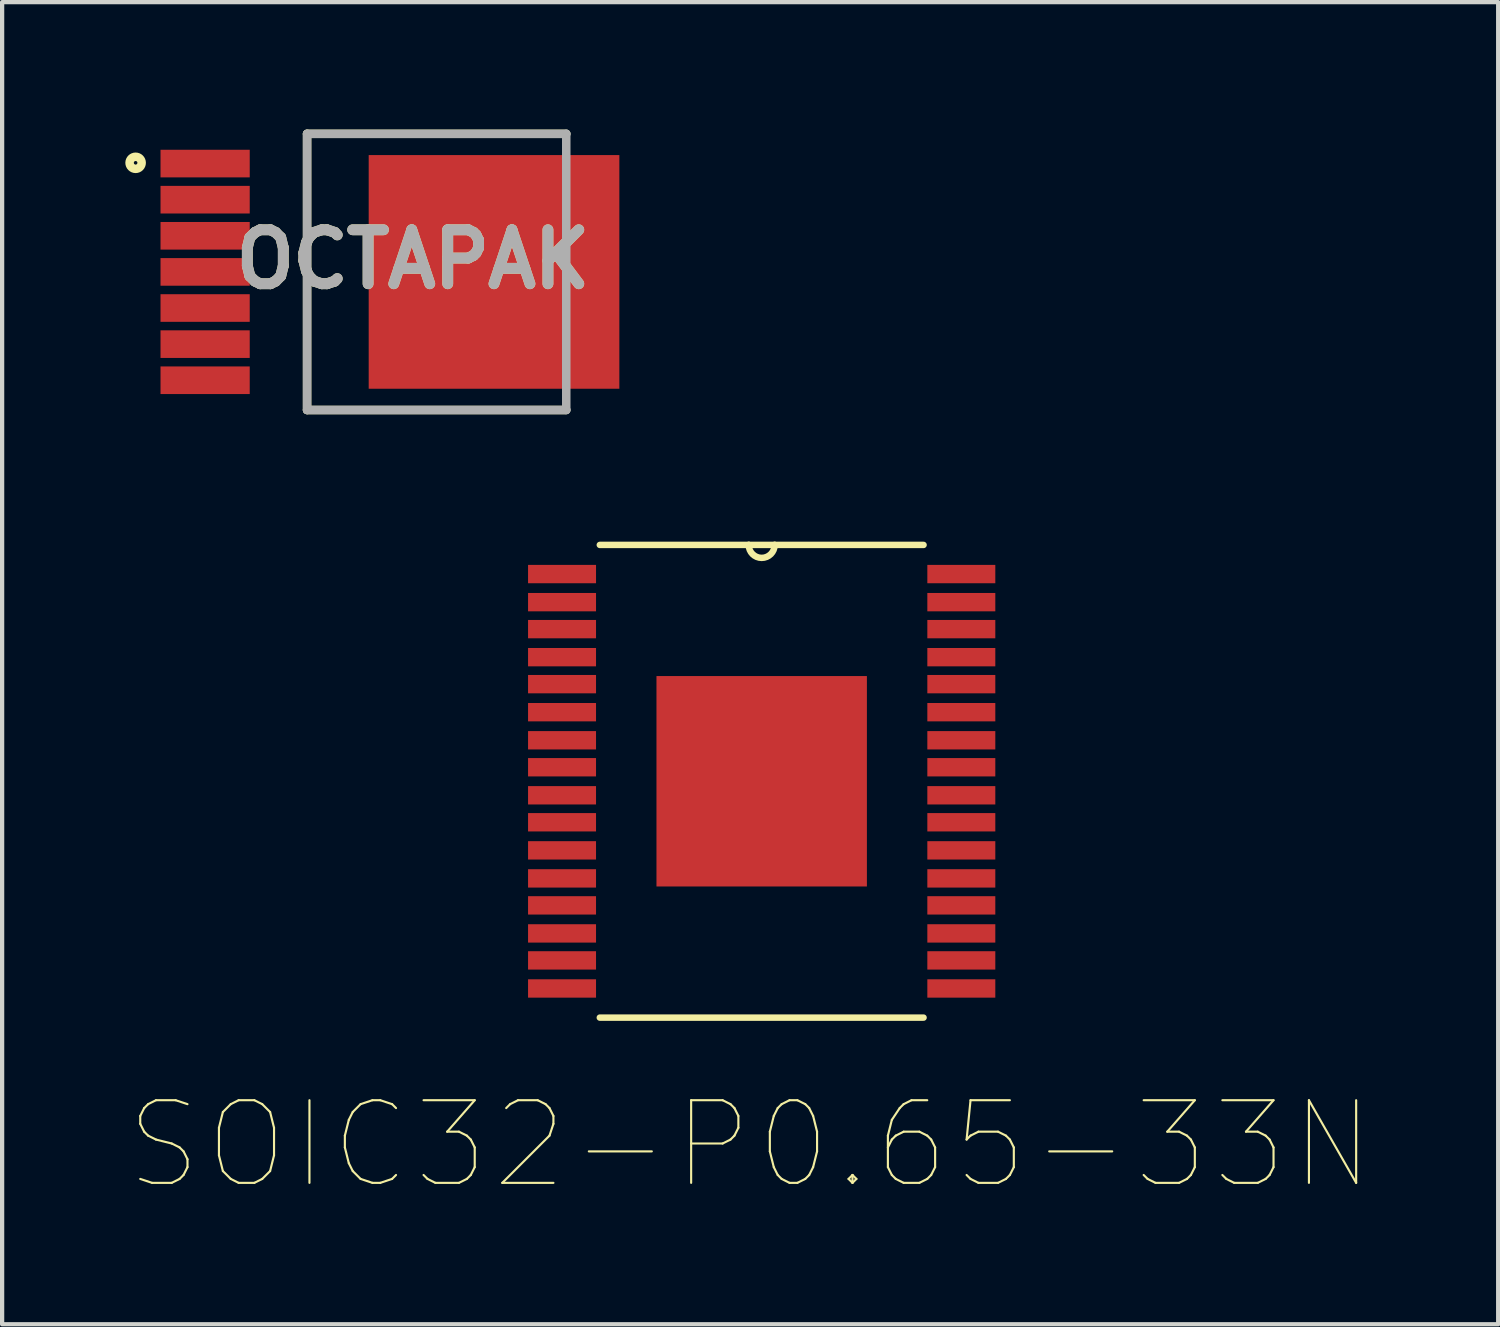
<source format=kicad_pcb>
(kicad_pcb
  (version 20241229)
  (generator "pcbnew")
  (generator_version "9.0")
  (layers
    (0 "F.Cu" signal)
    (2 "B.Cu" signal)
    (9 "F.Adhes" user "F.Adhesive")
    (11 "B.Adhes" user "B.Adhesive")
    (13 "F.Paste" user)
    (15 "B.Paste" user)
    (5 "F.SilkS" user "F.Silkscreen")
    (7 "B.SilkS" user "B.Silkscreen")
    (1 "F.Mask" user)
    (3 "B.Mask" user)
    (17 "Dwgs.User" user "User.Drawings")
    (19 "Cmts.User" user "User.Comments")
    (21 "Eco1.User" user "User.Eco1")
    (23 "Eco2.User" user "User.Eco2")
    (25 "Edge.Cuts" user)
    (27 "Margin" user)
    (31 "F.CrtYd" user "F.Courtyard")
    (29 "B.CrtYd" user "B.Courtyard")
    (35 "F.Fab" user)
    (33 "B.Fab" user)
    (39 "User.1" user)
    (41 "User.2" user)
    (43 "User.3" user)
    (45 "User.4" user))
  (footprint "SOIC32-P0.65-33N"
    (layer "F.Cu")
    (at 14.878 15.339)
    (property "Reference" "SOIC32-P0.65-33N" (at -0.271 8.555 0) (layer "F.SilkS") (effects (font (size 1.945 1.945) (thickness 0.05))))
    (attr smd)
    (fp_line (start -3.81 5.563) (end 3.81 5.563) (stroke (width 0.152) (type solid)) (layer "F.SilkS"))
    (fp_line (start -0.305 -5.563) (end -3.81 -5.563) (stroke (width 0.152) (type solid)) (layer "F.SilkS"))
    (fp_line (start 0.305 -5.563) (end -0.305 -5.563) (stroke (width 0.152) (type solid)) (layer "F.SilkS"))
    (fp_line (start 3.81 -5.563) (end 0.305 -5.563) (stroke (width 0.152) (type solid)) (layer "F.SilkS"))
    (fp_arc (start 0.3048 -5.5626) (mid 0 -5.2578) (end -0.3048 -5.5626) (stroke (width 0.1524) (type solid)) (layer "F.SilkS"))
    (fp_line (start -5.156 -5.055) (end -5.156 -4.674) (stroke (width 0.1) (type solid)) (layer "Eco2.User"))
    (fp_line (start -5.156 -4.674) (end -3.81 -4.674) (stroke (width 0.1) (type solid)) (layer "Eco2.User"))
    (fp_line (start -5.156 -4.42) (end -5.156 -4.039) (stroke (width 0.1) (type solid)) (layer "Eco2.User"))
    (fp_line (start -5.156 -4.039) (end -3.81 -4.039) (stroke (width 0.1) (type solid)) (layer "Eco2.User"))
    (fp_line (start -5.156 -3.759) (end -5.156 -3.378) (stroke (width 0.1) (type solid)) (layer "Eco2.User"))
    (fp_line (start -5.156 -3.378) (end -3.81 -3.378) (stroke (width 0.1) (type solid)) (layer "Eco2.User"))
    (fp_line (start -5.156 -3.124) (end -5.156 -2.743) (stroke (width 0.1) (type solid)) (layer "Eco2.User"))
    (fp_line (start -5.156 -2.743) (end -3.81 -2.743) (stroke (width 0.1) (type solid)) (layer "Eco2.User"))
    (fp_line (start -5.156 -2.464) (end -5.156 -2.083) (stroke (width 0.1) (type solid)) (layer "Eco2.User"))
    (fp_line (start -5.156 -2.083) (end -3.81 -2.083) (stroke (width 0.1) (type solid)) (layer "Eco2.User"))
    (fp_line (start -5.156 -1.803) (end -5.156 -1.422) (stroke (width 0.1) (type solid)) (layer "Eco2.User"))
    (fp_line (start -5.156 -1.422) (end -3.81 -1.422) (stroke (width 0.1) (type solid)) (layer "Eco2.User"))
    (fp_line (start -5.156 -1.168) (end -5.156 -0.787) (stroke (width 0.1) (type solid)) (layer "Eco2.User"))
    (fp_line (start -5.156 -0.787) (end -3.81 -0.787) (stroke (width 0.1) (type solid)) (layer "Eco2.User"))
    (fp_line (start -5.156 -0.508) (end -5.156 -0.127) (stroke (width 0.1) (type solid)) (layer "Eco2.User"))
    (fp_line (start -5.156 -0.127) (end -3.81 -0.127) (stroke (width 0.1) (type solid)) (layer "Eco2.User"))
    (fp_line (start -5.156 0.127) (end -5.156 0.508) (stroke (width 0.1) (type solid)) (layer "Eco2.User"))
    (fp_line (start -5.156 0.508) (end -3.81 0.508) (stroke (width 0.1) (type solid)) (layer "Eco2.User"))
    (fp_line (start -5.156 0.787) (end -5.156 1.168) (stroke (width 0.1) (type solid)) (layer "Eco2.User"))
    (fp_line (start -5.156 1.168) (end -3.81 1.168) (stroke (width 0.1) (type solid)) (layer "Eco2.User"))
    (fp_line (start -5.156 1.422) (end -5.156 1.803) (stroke (width 0.1) (type solid)) (layer "Eco2.User"))
    (fp_line (start -5.156 1.803) (end -3.81 1.803) (stroke (width 0.1) (type solid)) (layer "Eco2.User"))
    (fp_line (start -5.156 2.083) (end -5.156 2.464) (stroke (width 0.1) (type solid)) (layer "Eco2.User"))
    (fp_line (start -5.156 2.464) (end -3.81 2.464) (stroke (width 0.1) (type solid)) (layer "Eco2.User"))
    (fp_line (start -5.156 2.743) (end -5.156 3.124) (stroke (width 0.1) (type solid)) (layer "Eco2.User"))
    (fp_line (start -5.156 3.124) (end -3.81 3.124) (stroke (width 0.1) (type solid)) (layer "Eco2.User"))
    (fp_line (start -5.156 3.378) (end -5.156 3.759) (stroke (width 0.1) (type solid)) (layer "Eco2.User"))
    (fp_line (start -5.156 3.759) (end -3.81 3.759) (stroke (width 0.1) (type solid)) (layer "Eco2.User"))
    (fp_line (start -5.156 4.039) (end -5.156 4.42) (stroke (width 0.1) (type solid)) (layer "Eco2.User"))
    (fp_line (start -5.156 4.42) (end -3.81 4.42) (stroke (width 0.1) (type solid)) (layer "Eco2.User"))
    (fp_line (start -5.156 4.674) (end -5.156 5.055) (stroke (width 0.1) (type solid)) (layer "Eco2.User"))
    (fp_line (start -5.156 5.055) (end -3.81 5.055) (stroke (width 0.1) (type solid)) (layer "Eco2.User"))
    (fp_line (start -3.81 -5.563) (end -3.81 5.563) (stroke (width 0.1) (type solid)) (layer "Eco2.User"))
    (fp_line (start -3.81 -5.055) (end -5.156 -5.055) (stroke (width 0.1) (type solid)) (layer "Eco2.User"))
    (fp_line (start -3.81 -4.674) (end -3.81 -5.055) (stroke (width 0.1) (type solid)) (layer "Eco2.User"))
    (fp_line (start -3.81 -4.42) (end -5.156 -4.42) (stroke (width 0.1) (type solid)) (layer "Eco2.User"))
    (fp_line (start -3.81 -4.039) (end -3.81 -4.42) (stroke (width 0.1) (type solid)) (layer "Eco2.User"))
    (fp_line (start -3.81 -3.759) (end -5.156 -3.759) (stroke (width 0.1) (type solid)) (layer "Eco2.User"))
    (fp_line (start -3.81 -3.378) (end -3.81 -3.759) (stroke (width 0.1) (type solid)) (layer "Eco2.User"))
    (fp_line (start -3.81 -3.124) (end -5.156 -3.124) (stroke (width 0.1) (type solid)) (layer "Eco2.User"))
    (fp_line (start -3.81 -2.743) (end -3.81 -3.124) (stroke (width 0.1) (type solid)) (layer "Eco2.User"))
    (fp_line (start -3.81 -2.464) (end -5.156 -2.464) (stroke (width 0.1) (type solid)) (layer "Eco2.User"))
    (fp_line (start -3.81 -2.083) (end -3.81 -2.464) (stroke (width 0.1) (type solid)) (layer "Eco2.User"))
    (fp_line (start -3.81 -1.803) (end -5.156 -1.803) (stroke (width 0.1) (type solid)) (layer "Eco2.User"))
    (fp_line (start -3.81 -1.422) (end -3.81 -1.803) (stroke (width 0.1) (type solid)) (layer "Eco2.User"))
    (fp_line (start -3.81 -1.168) (end -5.156 -1.168) (stroke (width 0.1) (type solid)) (layer "Eco2.User"))
    (fp_line (start -3.81 -0.787) (end -3.81 -1.168) (stroke (width 0.1) (type solid)) (layer "Eco2.User"))
    (fp_line (start -3.81 -0.508) (end -5.156 -0.508) (stroke (width 0.1) (type solid)) (layer "Eco2.User"))
    (fp_line (start -3.81 -0.127) (end -3.81 -0.508) (stroke (width 0.1) (type solid)) (layer "Eco2.User"))
    (fp_line (start -3.81 0.127) (end -5.156 0.127) (stroke (width 0.1) (type solid)) (layer "Eco2.User"))
    (fp_line (start -3.81 0.508) (end -3.81 0.127) (stroke (width 0.1) (type solid)) (layer "Eco2.User"))
    (fp_line (start -3.81 0.787) (end -5.156 0.787) (stroke (width 0.1) (type solid)) (layer "Eco2.User"))
    (fp_line (start -3.81 1.168) (end -3.81 0.787) (stroke (width 0.1) (type solid)) (layer "Eco2.User"))
    (fp_line (start -3.81 1.422) (end -5.156 1.422) (stroke (width 0.1) (type solid)) (layer "Eco2.User"))
    (fp_line (start -3.81 1.803) (end -3.81 1.422) (stroke (width 0.1) (type solid)) (layer "Eco2.User"))
    (fp_line (start -3.81 2.083) (end -5.156 2.083) (stroke (width 0.1) (type solid)) (layer "Eco2.User"))
    (fp_line (start -3.81 2.464) (end -3.81 2.083) (stroke (width 0.1) (type solid)) (layer "Eco2.User"))
    (fp_line (start -3.81 2.743) (end -5.156 2.743) (stroke (width 0.1) (type solid)) (layer "Eco2.User"))
    (fp_line (start -3.81 3.124) (end -3.81 2.743) (stroke (width 0.1) (type solid)) (layer "Eco2.User"))
    (fp_line (start -3.81 3.378) (end -5.156 3.378) (stroke (width 0.1) (type solid)) (layer "Eco2.User"))
    (fp_line (start -3.81 3.759) (end -3.81 3.378) (stroke (width 0.1) (type solid)) (layer "Eco2.User"))
    (fp_line (start -3.81 4.039) (end -5.156 4.039) (stroke (width 0.1) (type solid)) (layer "Eco2.User"))
    (fp_line (start -3.81 4.42) (end -3.81 4.039) (stroke (width 0.1) (type solid)) (layer "Eco2.User"))
    (fp_line (start -3.81 4.674) (end -5.156 4.674) (stroke (width 0.1) (type solid)) (layer "Eco2.User"))
    (fp_line (start -3.81 5.055) (end -3.81 4.674) (stroke (width 0.1) (type solid)) (layer "Eco2.User"))
    (fp_line (start -3.81 5.563) (end 3.81 5.563) (stroke (width 0.1) (type solid)) (layer "Eco2.User"))
    (fp_line (start -0.305 -5.563) (end -3.81 -5.563) (stroke (width 0.1) (type solid)) (layer "Eco2.User"))
    (fp_line (start 0.305 -5.563) (end -0.305 -5.563) (stroke (width 0.1) (type solid)) (layer "Eco2.User"))
    (fp_line (start 3.81 -5.563) (end 0.305 -5.563) (stroke (width 0.1) (type solid)) (layer "Eco2.User"))
    (fp_line (start 3.81 -5.055) (end 3.81 -4.674) (stroke (width 0.1) (type solid)) (layer "Eco2.User"))
    (fp_line (start 3.81 -4.674) (end 5.156 -4.674) (stroke (width 0.1) (type solid)) (layer "Eco2.User"))
    (fp_line (start 3.81 -4.42) (end 3.81 -4.039) (stroke (width 0.1) (type solid)) (layer "Eco2.User"))
    (fp_line (start 3.81 -4.039) (end 5.156 -4.039) (stroke (width 0.1) (type solid)) (layer "Eco2.User"))
    (fp_line (start 3.81 -3.759) (end 3.81 -3.378) (stroke (width 0.1) (type solid)) (layer "Eco2.User"))
    (fp_line (start 3.81 -3.378) (end 5.156 -3.378) (stroke (width 0.1) (type solid)) (layer "Eco2.User"))
    (fp_line (start 3.81 -3.124) (end 3.81 -2.743) (stroke (width 0.1) (type solid)) (layer "Eco2.User"))
    (fp_line (start 3.81 -2.743) (end 5.156 -2.743) (stroke (width 0.1) (type solid)) (layer "Eco2.User"))
    (fp_line (start 3.81 -2.464) (end 3.81 -2.083) (stroke (width 0.1) (type solid)) (layer "Eco2.User"))
    (fp_line (start 3.81 -2.083) (end 5.156 -2.083) (stroke (width 0.1) (type solid)) (layer "Eco2.User"))
    (fp_line (start 3.81 -1.803) (end 3.81 -1.422) (stroke (width 0.1) (type solid)) (layer "Eco2.User"))
    (fp_line (start 3.81 -1.422) (end 5.156 -1.422) (stroke (width 0.1) (type solid)) (layer "Eco2.User"))
    (fp_line (start 3.81 -1.168) (end 3.81 -0.787) (stroke (width 0.1) (type solid)) (layer "Eco2.User"))
    (fp_line (start 3.81 -0.787) (end 5.156 -0.787) (stroke (width 0.1) (type solid)) (layer "Eco2.User"))
    (fp_line (start 3.81 -0.508) (end 3.81 -0.127) (stroke (width 0.1) (type solid)) (layer "Eco2.User"))
    (fp_line (start 3.81 -0.127) (end 5.156 -0.127) (stroke (width 0.1) (type solid)) (layer "Eco2.User"))
    (fp_line (start 3.81 0.127) (end 3.81 0.508) (stroke (width 0.1) (type solid)) (layer "Eco2.User"))
    (fp_line (start 3.81 0.508) (end 5.156 0.508) (stroke (width 0.1) (type solid)) (layer "Eco2.User"))
    (fp_line (start 3.81 0.787) (end 3.81 1.168) (stroke (width 0.1) (type solid)) (layer "Eco2.User"))
    (fp_line (start 3.81 1.168) (end 5.156 1.168) (stroke (width 0.1) (type solid)) (layer "Eco2.User"))
    (fp_line (start 3.81 1.422) (end 3.81 1.803) (stroke (width 0.1) (type solid)) (layer "Eco2.User"))
    (fp_line (start 3.81 1.803) (end 5.156 1.803) (stroke (width 0.1) (type solid)) (layer "Eco2.User"))
    (fp_line (start 3.81 2.083) (end 3.81 2.464) (stroke (width 0.1) (type solid)) (layer "Eco2.User"))
    (fp_line (start 3.81 2.464) (end 5.156 2.464) (stroke (width 0.1) (type solid)) (layer "Eco2.User"))
    (fp_line (start 3.81 2.743) (end 3.81 3.124) (stroke (width 0.1) (type solid)) (layer "Eco2.User"))
    (fp_line (start 3.81 3.124) (end 5.156 3.124) (stroke (width 0.1) (type solid)) (layer "Eco2.User"))
    (fp_line (start 3.81 3.378) (end 3.81 3.759) (stroke (width 0.1) (type solid)) (layer "Eco2.User"))
    (fp_line (start 3.81 3.759) (end 5.156 3.759) (stroke (width 0.1) (type solid)) (layer "Eco2.User"))
    (fp_line (start 3.81 4.039) (end 3.81 4.42) (stroke (width 0.1) (type solid)) (layer "Eco2.User"))
    (fp_line (start 3.81 4.42) (end 5.156 4.42) (stroke (width 0.1) (type solid)) (layer "Eco2.User"))
    (fp_line (start 3.81 4.674) (end 3.81 5.055) (stroke (width 0.1) (type solid)) (layer "Eco2.User"))
    (fp_line (start 3.81 5.055) (end 5.156 5.055) (stroke (width 0.1) (type solid)) (layer "Eco2.User"))
    (fp_line (start 3.81 5.563) (end 3.81 -5.563) (stroke (width 0.1) (type solid)) (layer "Eco2.User"))
    (fp_line (start 5.156 -5.055) (end 3.81 -5.055) (stroke (width 0.1) (type solid)) (layer "Eco2.User"))
    (fp_line (start 5.156 -4.674) (end 5.156 -5.055) (stroke (width 0.1) (type solid)) (layer "Eco2.User"))
    (fp_line (start 5.156 -4.42) (end 3.81 -4.42) (stroke (width 0.1) (type solid)) (layer "Eco2.User"))
    (fp_line (start 5.156 -4.039) (end 5.156 -4.42) (stroke (width 0.1) (type solid)) (layer "Eco2.User"))
    (fp_line (start 5.156 -3.759) (end 3.81 -3.759) (stroke (width 0.1) (type solid)) (layer "Eco2.User"))
    (fp_line (start 5.156 -3.378) (end 5.156 -3.759) (stroke (width 0.1) (type solid)) (layer "Eco2.User"))
    (fp_line (start 5.156 -3.124) (end 3.81 -3.124) (stroke (width 0.1) (type solid)) (layer "Eco2.User"))
    (fp_line (start 5.156 -2.743) (end 5.156 -3.124) (stroke (width 0.1) (type solid)) (layer "Eco2.User"))
    (fp_line (start 5.156 -2.464) (end 3.81 -2.464) (stroke (width 0.1) (type solid)) (layer "Eco2.User"))
    (fp_line (start 5.156 -2.083) (end 5.156 -2.464) (stroke (width 0.1) (type solid)) (layer "Eco2.User"))
    (fp_line (start 5.156 -1.803) (end 3.81 -1.803) (stroke (width 0.1) (type solid)) (layer "Eco2.User"))
    (fp_line (start 5.156 -1.422) (end 5.156 -1.803) (stroke (width 0.1) (type solid)) (layer "Eco2.User"))
    (fp_line (start 5.156 -1.168) (end 3.81 -1.168) (stroke (width 0.1) (type solid)) (layer "Eco2.User"))
    (fp_line (start 5.156 -0.787) (end 5.156 -1.168) (stroke (width 0.1) (type solid)) (layer "Eco2.User"))
    (fp_line (start 5.156 -0.508) (end 3.81 -0.508) (stroke (width 0.1) (type solid)) (layer "Eco2.User"))
    (fp_line (start 5.156 -0.127) (end 5.156 -0.508) (stroke (width 0.1) (type solid)) (layer "Eco2.User"))
    (fp_line (start 5.156 0.127) (end 3.81 0.127) (stroke (width 0.1) (type solid)) (layer "Eco2.User"))
    (fp_line (start 5.156 0.508) (end 5.156 0.127) (stroke (width 0.1) (type solid)) (layer "Eco2.User"))
    (fp_line (start 5.156 0.787) (end 3.81 0.787) (stroke (width 0.1) (type solid)) (layer "Eco2.User"))
    (fp_line (start 5.156 1.168) (end 5.156 0.787) (stroke (width 0.1) (type solid)) (layer "Eco2.User"))
    (fp_line (start 5.156 1.422) (end 3.81 1.422) (stroke (width 0.1) (type solid)) (layer "Eco2.User"))
    (fp_line (start 5.156 1.803) (end 5.156 1.422) (stroke (width 0.1) (type solid)) (layer "Eco2.User"))
    (fp_line (start 5.156 2.083) (end 3.81 2.083) (stroke (width 0.1) (type solid)) (layer "Eco2.User"))
    (fp_line (start 5.156 2.464) (end 5.156 2.083) (stroke (width 0.1) (type solid)) (layer "Eco2.User"))
    (fp_line (start 5.156 2.743) (end 3.81 2.743) (stroke (width 0.1) (type solid)) (layer "Eco2.User"))
    (fp_line (start 5.156 3.124) (end 5.156 2.743) (stroke (width 0.1) (type solid)) (layer "Eco2.User"))
    (fp_line (start 5.156 3.378) (end 3.81 3.378) (stroke (width 0.1) (type solid)) (layer "Eco2.User"))
    (fp_line (start 5.156 3.759) (end 5.156 3.378) (stroke (width 0.1) (type solid)) (layer "Eco2.User"))
    (fp_line (start 5.156 4.039) (end 3.81 4.039) (stroke (width 0.1) (type solid)) (layer "Eco2.User"))
    (fp_line (start 5.156 4.42) (end 5.156 4.039) (stroke (width 0.1) (type solid)) (layer "Eco2.User"))
    (fp_line (start 5.156 4.674) (end 3.81 4.674) (stroke (width 0.1) (type solid)) (layer "Eco2.User"))
    (fp_line (start 5.156 5.055) (end 5.156 4.674) (stroke (width 0.1) (type solid)) (layer "Eco2.User"))
    (fp_arc (start 0.3048 -5.5626) (mid 0 -5.2578) (end -0.3048 -5.5626) (stroke (width 0.1) (type solid)) (layer "Eco2.User"))
    (pad "1" smd rect (at -4.699 -4.877) (size 1.6 0.432) (layers "F.Cu" "F.Mask" "F.Paste"))
    (pad "2" smd rect (at -4.699 -4.216) (size 1.6 0.432) (layers "F.Cu" "F.Mask" "F.Paste"))
    (pad "3" smd rect (at -4.699 -3.581) (size 1.6 0.432) (layers "F.Cu" "F.Mask" "F.Paste"))
    (pad "4" smd rect (at -4.699 -2.921) (size 1.6 0.432) (layers "F.Cu" "F.Mask" "F.Paste"))
    (pad "5" smd rect (at -4.699 -2.286) (size 1.6 0.432) (layers "F.Cu" "F.Mask" "F.Paste"))
    (pad "6" smd rect (at -4.699 -1.626) (size 1.6 0.432) (layers "F.Cu" "F.Mask" "F.Paste"))
    (pad "7" smd rect (at -4.699 -0.965) (size 1.6 0.432) (layers "F.Cu" "F.Mask" "F.Paste"))
    (pad "8" smd rect (at -4.699 -0.33) (size 1.6 0.432) (layers "F.Cu" "F.Mask" "F.Paste"))
    (pad "9" smd rect (at -4.699 0.33) (size 1.6 0.432) (layers "F.Cu" "F.Mask" "F.Paste"))
    (pad "10" smd rect (at -4.699 0.965) (size 1.6 0.432) (layers "F.Cu" "F.Mask" "F.Paste"))
    (pad "11" smd rect (at -4.699 1.626) (size 1.6 0.432) (layers "F.Cu" "F.Mask" "F.Paste"))
    (pad "12" smd rect (at -4.699 2.286) (size 1.6 0.432) (layers "F.Cu" "F.Mask" "F.Paste"))
    (pad "13" smd rect (at -4.699 2.921) (size 1.6 0.432) (layers "F.Cu" "F.Mask" "F.Paste"))
    (pad "14" smd rect (at -4.699 3.581) (size 1.6 0.432) (layers "F.Cu" "F.Mask" "F.Paste"))
    (pad "15" smd rect (at -4.699 4.216) (size 1.6 0.432) (layers "F.Cu" "F.Mask" "F.Paste"))
    (pad "16" smd rect (at -4.699 4.877) (size 1.6 0.432) (layers "F.Cu" "F.Mask" "F.Paste"))
    (pad "17" smd rect (at 4.699 4.877) (size 1.6 0.432) (layers "F.Cu" "F.Mask" "F.Paste"))
    (pad "18" smd rect (at 4.699 4.216) (size 1.6 0.432) (layers "F.Cu" "F.Mask" "F.Paste"))
    (pad "19" smd rect (at 4.699 3.581) (size 1.6 0.432) (layers "F.Cu" "F.Mask" "F.Paste"))
    (pad "20" smd rect (at 4.699 2.921) (size 1.6 0.432) (layers "F.Cu" "F.Mask" "F.Paste"))
    (pad "21" smd rect (at 4.699 2.286) (size 1.6 0.432) (layers "F.Cu" "F.Mask" "F.Paste"))
    (pad "22" smd rect (at 4.699 1.626) (size 1.6 0.432) (layers "F.Cu" "F.Mask" "F.Paste"))
    (pad "23" smd rect (at 4.699 0.965) (size 1.6 0.432) (layers "F.Cu" "F.Mask" "F.Paste"))
    (pad "24" smd rect (at 4.699 0.33) (size 1.6 0.432) (layers "F.Cu" "F.Mask" "F.Paste"))
    (pad "25" smd rect (at 4.699 -0.33) (size 1.6 0.432) (layers "F.Cu" "F.Mask" "F.Paste"))
    (pad "26" smd rect (at 4.699 -0.965) (size 1.6 0.432) (layers "F.Cu" "F.Mask" "F.Paste"))
    (pad "27" smd rect (at 4.699 -1.626) (size 1.6 0.432) (layers "F.Cu" "F.Mask" "F.Paste"))
    (pad "28" smd rect (at 4.699 -2.286) (size 1.6 0.432) (layers "F.Cu" "F.Mask" "F.Paste"))
    (pad "29" smd rect (at 4.699 -2.921) (size 1.6 0.432) (layers "F.Cu" "F.Mask" "F.Paste"))
    (pad "30" smd rect (at 4.699 -3.581) (size 1.6 0.432) (layers "F.Cu" "F.Mask" "F.Paste"))
    (pad "31" smd rect (at 4.699 -4.216) (size 1.6 0.432) (layers "F.Cu" "F.Mask" "F.Paste"))
    (pad "32" smd rect (at 4.699 -4.877) (size 1.6 0.432) (layers "F.Cu" "F.Mask" "F.Paste"))
    (pad "33" smd rect (at 0 0) (size 4.953 4.953) (layers "F.Cu" "F.Mask" "F.Paste")))
  (footprint "OCTAPAK"
    (layer "F.Cu")
    (at 10.278 3.35)
    (property "Reference" "OCTAPAK" (at -3.606 -0.296 0) (layer "F.SilkS") (effects (font (size 1.27 1.27) (thickness 0.254))))
    (attr smd)
    (fp_line (start -6.1 -3.25) (end -6.1 3.25) (stroke (width 0.2) (type solid)) (layer "F.SilkS"))
    (fp_line (start -6.1 3.25) (end 0 3.25) (stroke (width 0.2) (type solid)) (layer "F.SilkS"))
    (fp_line (start 0 -3.25) (end -6.1 -3.25) (stroke (width 0.2) (type solid)) (layer "F.SilkS"))
    (fp_circle (center -10.136 -2.568) (end -10.136 -2.526) (stroke (width 0.2) (type solid)) (fill no) (layer "F.SilkS"))
    (fp_line (start -6.1 -3.25) (end 0 -3.25) (stroke (width 0.2) (type solid)) (layer "F.Fab"))
    (fp_line (start -6.1 3.25) (end -6.1 -3.25) (stroke (width 0.2) (type solid)) (layer "F.Fab"))
    (fp_line (start 0 -3.25) (end 0 3.25) (stroke (width 0.2) (type solid)) (layer "F.Fab"))
    (fp_line (start 0 3.25) (end -6.1 3.25) (stroke (width 0.2) (type solid)) (layer "F.Fab"))
    (fp_text user "${REFERENCE}" (at -3.606 -0.296 0) (layer "F.Fab") (effects (font (size 1.27 1.27) (thickness 0.254))))
    (pad "1" smd rect (at -8.5 -2.55 90) (size 0.65 2.1) (layers "F.Cu" "F.Mask" "F.Paste"))
    (pad "2" smd rect (at -8.5 -1.7 90) (size 0.65 2.1) (layers "F.Cu" "F.Mask" "F.Paste"))
    (pad "3" smd rect (at -8.5 -0.85 90) (size 0.65 2.1) (layers "F.Cu" "F.Mask" "F.Paste"))
    (pad "4" smd rect (at -8.5 0 90) (size 0.65 2.1) (layers "F.Cu" "F.Mask" "F.Paste"))
    (pad "5" smd rect (at -8.5 0.85 90) (size 0.65 2.1) (layers "F.Cu" "F.Mask" "F.Paste"))
    (pad "6" smd rect (at -8.5 1.7 90) (size 0.65 2.1) (layers "F.Cu" "F.Mask" "F.Paste"))
    (pad "7" smd rect (at -8.5 2.55 90) (size 0.65 2.1) (layers "F.Cu" "F.Mask" "F.Paste"))
    (pad "8" smd rect (at -1.7 0 90) (size 5.5 5.9) (layers "F.Cu" "F.Mask" "F.Paste")))
  (gr_rect
    (start -3 -3)
    (end 32.213 28.119)
    (stroke (width 0.1) (type default))
    (fill no)
    (layer "Edge.Cuts")))
</source>
